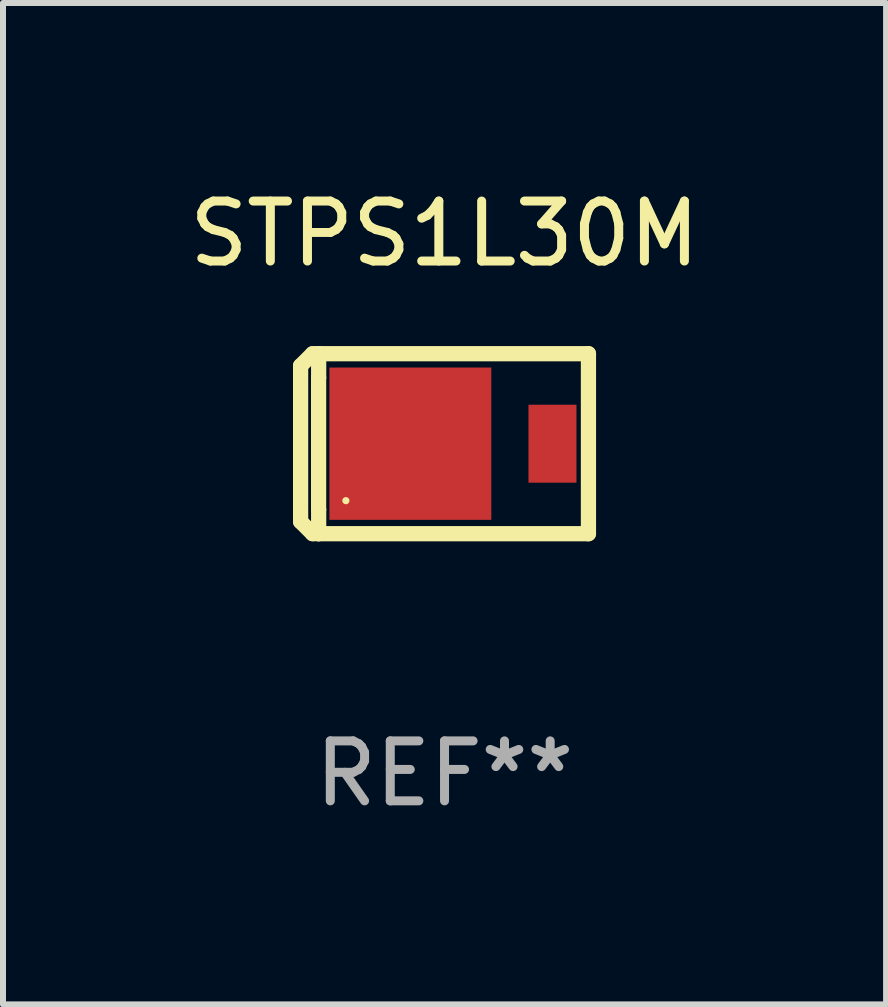
<source format=kicad_pcb>
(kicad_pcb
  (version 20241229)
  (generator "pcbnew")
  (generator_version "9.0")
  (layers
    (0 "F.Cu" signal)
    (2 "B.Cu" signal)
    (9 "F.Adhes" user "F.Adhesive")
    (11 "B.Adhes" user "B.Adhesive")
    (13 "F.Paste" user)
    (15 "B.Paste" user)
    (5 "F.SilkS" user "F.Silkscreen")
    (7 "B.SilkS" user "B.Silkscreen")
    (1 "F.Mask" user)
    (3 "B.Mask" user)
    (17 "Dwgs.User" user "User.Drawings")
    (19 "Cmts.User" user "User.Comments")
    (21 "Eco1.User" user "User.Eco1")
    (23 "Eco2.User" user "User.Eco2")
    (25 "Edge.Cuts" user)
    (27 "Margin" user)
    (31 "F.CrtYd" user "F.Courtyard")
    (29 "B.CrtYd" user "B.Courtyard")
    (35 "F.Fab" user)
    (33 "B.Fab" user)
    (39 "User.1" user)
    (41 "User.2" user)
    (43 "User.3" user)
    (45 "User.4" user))
  (footprint "STPS1L30M"
    (layer "F.Cu")
    (at 4.363 4.349)
    (property "Reference" "STPS1L30M" (at 0 -3.501 0) (layer "F.SilkS") (effects (font (size 1 1) (thickness 0.15))))
    (attr through_hole)
    (fp_line (start -2.4 -1.3) (end -2.4 1.3) (stroke (width 0.254) (type solid)) (layer "F.SilkS"))
    (fp_line (start -2.4 1.3) (end -2.2 1.5) (stroke (width 0.254) (type solid)) (layer "F.SilkS"))
    (fp_line (start -2.2 -1.5) (end -2.4 -1.3) (stroke (width 0.254) (type solid)) (layer "F.SilkS"))
    (fp_line (start -2.2 1.5) (end -2.1 1.5) (stroke (width 0.254) (type solid)) (layer "F.SilkS"))
    (fp_line (start -2.1 -1.5) (end -2.2 -1.5) (stroke (width 0.254) (type solid)) (layer "F.SilkS"))
    (fp_line (start -2.1 -1.1) (end -2.1 1.1) (stroke (width 0.254) (type solid)) (layer "F.SilkS"))
    (fp_line (start -2.099 -1.501) (end 2.4 -1.501) (stroke (width 0.254) (type solid)) (layer "F.SilkS"))
    (fp_line (start -2.099 -1.1) (end -2.099 -1.501) (stroke (width 0.254) (type solid)) (layer "F.SilkS"))
    (fp_line (start -2.099 1.501) (end -2.099 1.1) (stroke (width 0.254) (type solid)) (layer "F.SilkS"))
    (fp_line (start 2.4 -1.501) (end 2.4 1.501) (stroke (width 0.254) (type solid)) (layer "F.SilkS"))
    (fp_line (start 2.4 1.501) (end -2.099 1.501) (stroke (width 0.254) (type solid)) (layer "F.SilkS"))
    (fp_circle (center -1.645 0.95) (end -1.615 0.95) (stroke (width 0.06) (type solid)) (fill no) (layer "F.SilkS"))
    (fp_text user "REF**" (at 0 5.501 0) (layer "F.Fab") (effects (font (size 1 1) (thickness 0.15))))
    (pad "1" smd rect (at -0.57 0) (size 2.7 2.54) (layers "F.Cu" "F.Mask" "F.Paste"))
    (pad "2" smd rect (at 1.8 0) (size 0.8 1.3) (layers "F.Cu" "F.Mask" "F.Paste")))
  (gr_rect
    (start -3 -3)
    (end 11.726 13.699)
    (stroke (width 0.1) (type default))
    (fill no)
    (layer "Edge.Cuts")))
</source>
